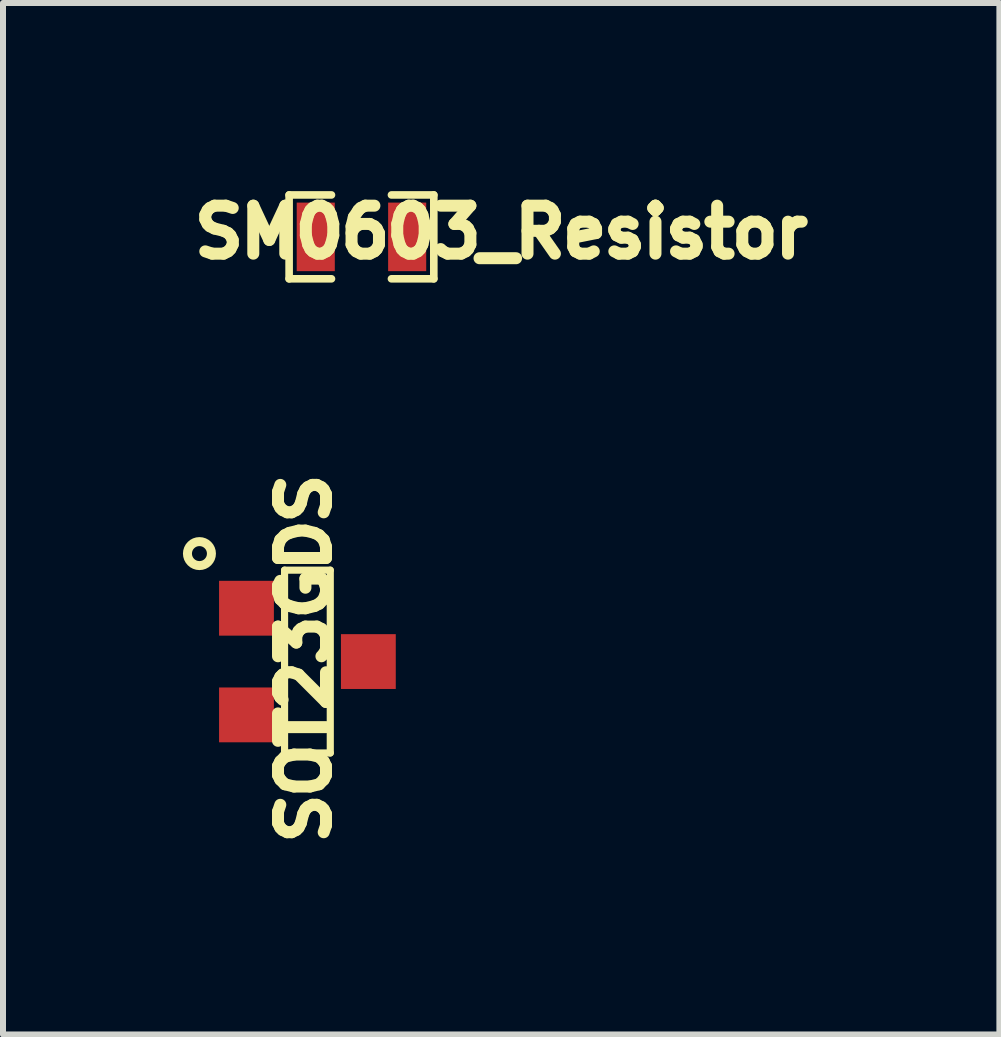
<source format=kicad_pcb>
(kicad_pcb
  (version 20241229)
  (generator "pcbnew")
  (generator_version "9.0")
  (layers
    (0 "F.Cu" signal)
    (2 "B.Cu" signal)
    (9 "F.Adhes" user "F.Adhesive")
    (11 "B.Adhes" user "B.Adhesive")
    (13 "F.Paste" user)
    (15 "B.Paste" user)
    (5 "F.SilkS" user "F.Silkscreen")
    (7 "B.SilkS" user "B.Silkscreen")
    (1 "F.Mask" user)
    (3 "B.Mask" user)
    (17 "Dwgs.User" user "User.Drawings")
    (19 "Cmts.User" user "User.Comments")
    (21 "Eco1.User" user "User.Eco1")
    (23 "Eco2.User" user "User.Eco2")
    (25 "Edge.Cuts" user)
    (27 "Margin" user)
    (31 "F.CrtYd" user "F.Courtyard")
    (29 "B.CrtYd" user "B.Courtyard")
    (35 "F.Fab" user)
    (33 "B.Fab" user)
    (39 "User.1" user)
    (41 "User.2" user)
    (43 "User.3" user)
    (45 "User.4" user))
  (footprint "SM0603_Resistor"
    (layer "F.Cu")
    (at 2.976 0.899)
    (property "Reference" "SM0603_Resistor" (at 2.33 -0.08 0) (layer "F.SilkS") (effects (font (size 0.8 0.8) (thickness 0.2))))
    (attr smd)
    (fp_line (start -1.206 -0.699) (end -1.206 0.699) (stroke (width 0.127) (type solid)) (layer "F.SilkS"))
    (fp_line (start -1.206 0.699) (end -0.5 0.699) (stroke (width 0.127) (type solid)) (layer "F.SilkS"))
    (fp_line (start -0.5 -0.699) (end -1.206 -0.699) (stroke (width 0.127) (type solid)) (layer "F.SilkS"))
    (fp_line (start 1.206 -0.699) (end 0.5 -0.699) (stroke (width 0.127) (type solid)) (layer "F.SilkS"))
    (fp_line (start 1.206 -0.699) (end 1.206 0.699) (stroke (width 0.127) (type solid)) (layer "F.SilkS"))
    (fp_line (start 1.206 0.699) (end 0.5 0.699) (stroke (width 0.127) (type solid)) (layer "F.SilkS"))
    (pad "1" smd rect (at -0.762 0) (size 0.635 1.143) (layers "F.Cu" "F.Mask" "F.Paste"))
    (pad "2" smd rect (at 0.762 0) (size 0.635 1.143) (layers "F.Cu" "F.Mask" "F.Paste")))
  (footprint "SOT23GDS"
    (layer "F.Cu")
    (at 2.075 7.979)
    (property "Reference" "SOT23GDS" (at -0.05 -0.05 90) (layer "F.SilkS") (effects (font (size 0.8 0.8) (thickness 0.2))))
    (attr smd)
    (fp_line (start -0.381 -1.524) (end 0.381 -1.524) (stroke (width 0.119) (type solid)) (layer "F.SilkS"))
    (fp_line (start -0.381 1.524) (end -0.381 -1.524) (stroke (width 0.119) (type solid)) (layer "F.SilkS"))
    (fp_line (start 0.381 -1.524) (end 0.381 1.524) (stroke (width 0.119) (type solid)) (layer "F.SilkS"))
    (fp_line (start 0.381 1.524) (end -0.381 1.524) (stroke (width 0.119) (type solid)) (layer "F.SilkS"))
    (fp_circle (center -1.8 -1.8) (end -1.8 -1.6) (stroke (width 0.15) (type solid)) (fill no) (layer "F.SilkS"))
    (pad "D" smd rect (at 1.016 0 90) (size 0.914 0.914) (layers "F.Cu" "F.Mask" "F.Paste"))
    (pad "G" smd rect (at -1.016 -0.889 90) (size 0.914 0.914) (layers "F.Cu" "F.Mask" "F.Paste"))
    (pad "S" smd rect (at -1.016 0.889 90) (size 0.914 0.914) (layers "F.Cu" "F.Mask" "F.Paste")))
  (gr_rect
    (start -3 -3)
    (end 13.611 14.196)
    (stroke (width 0.1) (type default))
    (fill no)
    (layer "Edge.Cuts")))
</source>
